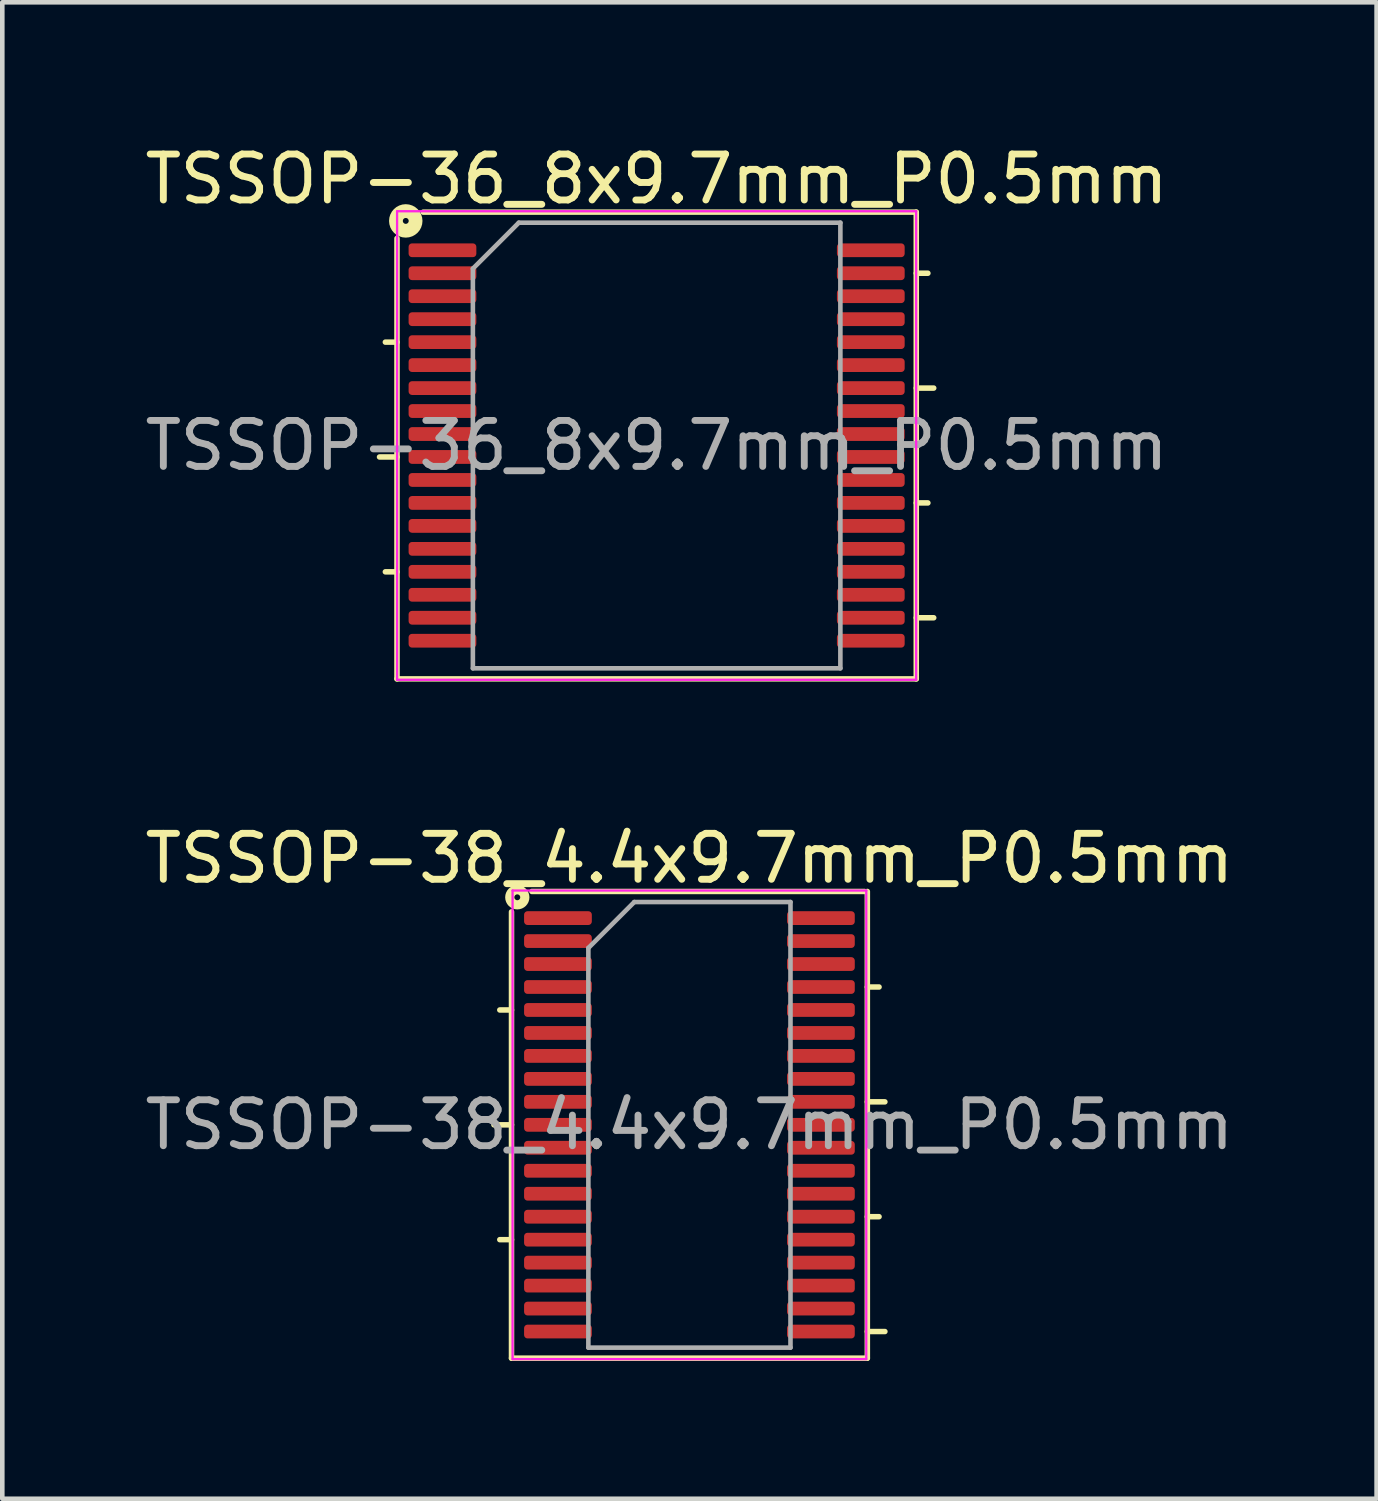
<source format=kicad_pcb>
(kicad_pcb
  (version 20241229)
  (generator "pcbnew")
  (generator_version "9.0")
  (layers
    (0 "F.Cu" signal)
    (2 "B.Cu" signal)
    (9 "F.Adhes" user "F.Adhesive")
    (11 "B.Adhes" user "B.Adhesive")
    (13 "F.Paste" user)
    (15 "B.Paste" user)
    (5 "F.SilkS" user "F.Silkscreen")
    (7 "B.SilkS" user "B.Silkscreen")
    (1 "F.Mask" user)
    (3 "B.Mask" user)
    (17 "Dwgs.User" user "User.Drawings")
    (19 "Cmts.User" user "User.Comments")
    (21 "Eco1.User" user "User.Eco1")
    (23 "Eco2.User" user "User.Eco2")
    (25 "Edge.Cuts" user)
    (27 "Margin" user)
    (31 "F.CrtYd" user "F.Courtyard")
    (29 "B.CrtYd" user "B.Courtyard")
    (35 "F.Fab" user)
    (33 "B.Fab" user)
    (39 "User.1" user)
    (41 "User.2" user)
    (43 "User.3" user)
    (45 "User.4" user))
  (footprint "TSSOP-38_4.4x9.7mm_P0.5mm"
    (layer "F.Cu")
    (at 11.958 21.436)
    (property "Reference" "TSSOP-38_4.4x9.7mm_P0.5mm" (at 0 -5.8 0) (layer "F.SilkS") (effects (font (size 1 1) (thickness 0.15))))
    (attr smd)
    (fp_line (start -3.873 -4.636) (end -3.873 5.08) (stroke (width 0.12) (type solid)) (layer "F.SilkS"))
    (fp_line (start -3.873 -2.5) (end -4.128 -2.5) (stroke (width 0.12) (type solid)) (layer "F.SilkS"))
    (fp_line (start -3.873 0) (end -4.255 0) (stroke (width 0.12) (type solid)) (layer "F.SilkS"))
    (fp_line (start -3.873 2.5) (end -4.128 2.5) (stroke (width 0.12) (type solid)) (layer "F.SilkS"))
    (fp_line (start -3.873 5.08) (end 3.873 5.08) (stroke (width 0.12) (type solid)) (layer "F.SilkS"))
    (fp_line (start 3.81 -5.08) (end -3.429 -5.08) (stroke (width 0.12) (type solid)) (layer "F.SilkS"))
    (fp_line (start 3.873 -3) (end 4.128 -3) (stroke (width 0.12) (type solid)) (layer "F.SilkS"))
    (fp_line (start 3.873 -0.5) (end 4.255 -0.5) (stroke (width 0.12) (type solid)) (layer "F.SilkS"))
    (fp_line (start 3.873 2) (end 4.128 2) (stroke (width 0.12) (type solid)) (layer "F.SilkS"))
    (fp_line (start 3.873 4.5) (end 4.255 4.5) (stroke (width 0.12) (type solid)) (layer "F.SilkS"))
    (fp_line (start 3.873 5.08) (end 3.873 -5.08) (stroke (width 0.12) (type solid)) (layer "F.SilkS"))
    (fp_circle (center -3.747 -4.953) (end -3.683 -4.953) (stroke (width 0.2) (type solid)) (fill no) (layer "F.SilkS"))
    (fp_line (start -3.85 -5.1) (end -3.85 5.1) (stroke (width 0.05) (type solid)) (layer "F.CrtYd"))
    (fp_line (start -3.85 5.1) (end 3.85 5.1) (stroke (width 0.05) (type solid)) (layer "F.CrtYd"))
    (fp_line (start 3.85 -5.1) (end -3.85 -5.1) (stroke (width 0.05) (type solid)) (layer "F.CrtYd"))
    (fp_line (start 3.85 5.1) (end 3.85 -5.1) (stroke (width 0.05) (type solid)) (layer "F.CrtYd"))
    (fp_line (start -2.2 -3.85) (end -1.2 -4.85) (stroke (width 0.1) (type solid)) (layer "F.Fab"))
    (fp_line (start -2.2 4.85) (end -2.2 -3.85) (stroke (width 0.1) (type solid)) (layer "F.Fab"))
    (fp_line (start -1.2 -4.85) (end 2.2 -4.85) (stroke (width 0.1) (type solid)) (layer "F.Fab"))
    (fp_line (start 2.2 -4.85) (end 2.2 4.85) (stroke (width 0.1) (type solid)) (layer "F.Fab"))
    (fp_line (start 2.2 4.85) (end -2.2 4.85) (stroke (width 0.1) (type solid)) (layer "F.Fab"))
    (fp_text user "${REFERENCE}" (at 0 0 0) (layer "F.Fab") (effects (font (size 1 1) (thickness 0.15))))
    (pad "1" smd roundrect (at -2.862 -4.5) (size 1.475 0.3) (layers "F.Cu" "F.Mask" "F.Paste") (roundrect_rratio 0.25))
    (pad "2" smd roundrect (at -2.862 -4) (size 1.475 0.3) (layers "F.Cu" "F.Mask" "F.Paste") (roundrect_rratio 0.25))
    (pad "3" smd roundrect (at -2.862 -3.5) (size 1.475 0.3) (layers "F.Cu" "F.Mask" "F.Paste") (roundrect_rratio 0.25))
    (pad "4" smd roundrect (at -2.862 -3) (size 1.475 0.3) (layers "F.Cu" "F.Mask" "F.Paste") (roundrect_rratio 0.25))
    (pad "5" smd roundrect (at -2.862 -2.5) (size 1.475 0.3) (layers "F.Cu" "F.Mask" "F.Paste") (roundrect_rratio 0.25))
    (pad "6" smd roundrect (at -2.862 -2) (size 1.475 0.3) (layers "F.Cu" "F.Mask" "F.Paste") (roundrect_rratio 0.25))
    (pad "7" smd roundrect (at -2.862 -1.5) (size 1.475 0.3) (layers "F.Cu" "F.Mask" "F.Paste") (roundrect_rratio 0.25))
    (pad "8" smd roundrect (at -2.862 -1) (size 1.475 0.3) (layers "F.Cu" "F.Mask" "F.Paste") (roundrect_rratio 0.25))
    (pad "9" smd roundrect (at -2.862 -0.5) (size 1.475 0.3) (layers "F.Cu" "F.Mask" "F.Paste") (roundrect_rratio 0.25))
    (pad "10" smd roundrect (at -2.862 0) (size 1.475 0.3) (layers "F.Cu" "F.Mask" "F.Paste") (roundrect_rratio 0.25))
    (pad "11" smd roundrect (at -2.862 0.5) (size 1.475 0.3) (layers "F.Cu" "F.Mask" "F.Paste") (roundrect_rratio 0.25))
    (pad "12" smd roundrect (at -2.862 1) (size 1.475 0.3) (layers "F.Cu" "F.Mask" "F.Paste") (roundrect_rratio 0.25))
    (pad "13" smd roundrect (at -2.862 1.5) (size 1.475 0.3) (layers "F.Cu" "F.Mask" "F.Paste") (roundrect_rratio 0.25))
    (pad "14" smd roundrect (at -2.862 2) (size 1.475 0.3) (layers "F.Cu" "F.Mask" "F.Paste") (roundrect_rratio 0.25))
    (pad "15" smd roundrect (at -2.862 2.5) (size 1.475 0.3) (layers "F.Cu" "F.Mask" "F.Paste") (roundrect_rratio 0.25))
    (pad "16" smd roundrect (at -2.862 3) (size 1.475 0.3) (layers "F.Cu" "F.Mask" "F.Paste") (roundrect_rratio 0.25))
    (pad "17" smd roundrect (at -2.862 3.5) (size 1.475 0.3) (layers "F.Cu" "F.Mask" "F.Paste") (roundrect_rratio 0.25))
    (pad "18" smd roundrect (at -2.862 4) (size 1.475 0.3) (layers "F.Cu" "F.Mask" "F.Paste") (roundrect_rratio 0.25))
    (pad "19" smd roundrect (at -2.862 4.5) (size 1.475 0.3) (layers "F.Cu" "F.Mask" "F.Paste") (roundrect_rratio 0.25))
    (pad "20" smd roundrect (at 2.862 4.5) (size 1.475 0.3) (layers "F.Cu" "F.Mask" "F.Paste") (roundrect_rratio 0.25))
    (pad "21" smd roundrect (at 2.862 4) (size 1.475 0.3) (layers "F.Cu" "F.Mask" "F.Paste") (roundrect_rratio 0.25))
    (pad "22" smd roundrect (at 2.862 3.5) (size 1.475 0.3) (layers "F.Cu" "F.Mask" "F.Paste") (roundrect_rratio 0.25))
    (pad "23" smd roundrect (at 2.862 3) (size 1.475 0.3) (layers "F.Cu" "F.Mask" "F.Paste") (roundrect_rratio 0.25))
    (pad "24" smd roundrect (at 2.862 2.5) (size 1.475 0.3) (layers "F.Cu" "F.Mask" "F.Paste") (roundrect_rratio 0.25))
    (pad "25" smd roundrect (at 2.862 2) (size 1.475 0.3) (layers "F.Cu" "F.Mask" "F.Paste") (roundrect_rratio 0.25))
    (pad "26" smd roundrect (at 2.862 1.5) (size 1.475 0.3) (layers "F.Cu" "F.Mask" "F.Paste") (roundrect_rratio 0.25))
    (pad "27" smd roundrect (at 2.862 1) (size 1.475 0.3) (layers "F.Cu" "F.Mask" "F.Paste") (roundrect_rratio 0.25))
    (pad "28" smd roundrect (at 2.862 0.5) (size 1.475 0.3) (layers "F.Cu" "F.Mask" "F.Paste") (roundrect_rratio 0.25))
    (pad "29" smd roundrect (at 2.862 0) (size 1.475 0.3) (layers "F.Cu" "F.Mask" "F.Paste") (roundrect_rratio 0.25))
    (pad "30" smd roundrect (at 2.862 -0.5) (size 1.475 0.3) (layers "F.Cu" "F.Mask" "F.Paste") (roundrect_rratio 0.25))
    (pad "31" smd roundrect (at 2.862 -1) (size 1.475 0.3) (layers "F.Cu" "F.Mask" "F.Paste") (roundrect_rratio 0.25))
    (pad "32" smd roundrect (at 2.862 -1.5) (size 1.475 0.3) (layers "F.Cu" "F.Mask" "F.Paste") (roundrect_rratio 0.25))
    (pad "33" smd roundrect (at 2.862 -2) (size 1.475 0.3) (layers "F.Cu" "F.Mask" "F.Paste") (roundrect_rratio 0.25))
    (pad "34" smd roundrect (at 2.862 -2.5) (size 1.475 0.3) (layers "F.Cu" "F.Mask" "F.Paste") (roundrect_rratio 0.25))
    (pad "35" smd roundrect (at 2.862 -3) (size 1.475 0.3) (layers "F.Cu" "F.Mask" "F.Paste") (roundrect_rratio 0.25))
    (pad "36" smd roundrect (at 2.862 -3.5) (size 1.475 0.3) (layers "F.Cu" "F.Mask" "F.Paste") (roundrect_rratio 0.25))
    (pad "37" smd roundrect (at 2.862 -4) (size 1.475 0.3) (layers "F.Cu" "F.Mask" "F.Paste") (roundrect_rratio 0.25))
    (pad "38" smd roundrect (at 2.862 -4.5) (size 1.475 0.3) (layers "F.Cu" "F.Mask" "F.Paste") (roundrect_rratio 0.25)))
  (footprint "TSSOP-36_8x9.7mm_P0.5mm"
    (layer "F.Cu")
    (at 11.244 6.648)
    (property "Reference" "TSSOP-36_8x9.7mm_P0.5mm" (at 0 -5.8 0) (layer "F.SilkS") (effects (font (size 1 1) (thickness 0.15))))
    (attr smd)
    (fp_line (start -5.652 -4.508) (end -5.652 5.08) (stroke (width 0.12) (type solid)) (layer "F.SilkS"))
    (fp_line (start -5.652 -2.25) (end -5.905 -2.25) (stroke (width 0.12) (type solid)) (layer "F.SilkS"))
    (fp_line (start -5.652 0.25) (end -6.032 0.25) (stroke (width 0.12) (type solid)) (layer "F.SilkS"))
    (fp_line (start -5.652 2.75) (end -5.905 2.75) (stroke (width 0.12) (type solid)) (layer "F.SilkS"))
    (fp_line (start -5.652 5.08) (end 5.652 5.08) (stroke (width 0.12) (type solid)) (layer "F.SilkS"))
    (fp_line (start 5.652 -5.08) (end -5.08 -5.08) (stroke (width 0.12) (type solid)) (layer "F.SilkS"))
    (fp_line (start 5.652 -3.75) (end 5.905 -3.75) (stroke (width 0.12) (type solid)) (layer "F.SilkS"))
    (fp_line (start 5.652 -1.25) (end 6.032 -1.25) (stroke (width 0.12) (type solid)) (layer "F.SilkS"))
    (fp_line (start 5.652 1.25) (end 5.905 1.25) (stroke (width 0.12) (type solid)) (layer "F.SilkS"))
    (fp_line (start 5.652 3.75) (end 6.032 3.75) (stroke (width 0.12) (type solid)) (layer "F.SilkS"))
    (fp_line (start 5.652 5.08) (end 5.652 -5.08) (stroke (width 0.12) (type solid)) (layer "F.SilkS"))
    (fp_circle (center -5.461 -4.889) (end -5.397 -4.889) (stroke (width 0.3) (type solid)) (fill no) (layer "F.SilkS"))
    (fp_line (start -5.65 -5.1) (end -5.65 5.1) (stroke (width 0.05) (type solid)) (layer "F.CrtYd"))
    (fp_line (start -5.65 5.1) (end 5.65 5.1) (stroke (width 0.05) (type solid)) (layer "F.CrtYd"))
    (fp_line (start 5.65 -5.1) (end -5.65 -5.1) (stroke (width 0.05) (type solid)) (layer "F.CrtYd"))
    (fp_line (start 5.65 5.1) (end 5.65 -5.1) (stroke (width 0.05) (type solid)) (layer "F.CrtYd"))
    (fp_line (start -4 -3.85) (end -3 -4.85) (stroke (width 0.1) (type solid)) (layer "F.Fab"))
    (fp_line (start -4 4.85) (end -4 -3.85) (stroke (width 0.1) (type solid)) (layer "F.Fab"))
    (fp_line (start -3 -4.85) (end 4 -4.85) (stroke (width 0.1) (type solid)) (layer "F.Fab"))
    (fp_line (start 4 -4.85) (end 4 4.85) (stroke (width 0.1) (type solid)) (layer "F.Fab"))
    (fp_line (start 4 4.85) (end -4 4.85) (stroke (width 0.1) (type solid)) (layer "F.Fab"))
    (fp_text user "${REFERENCE}" (at 0 0 0) (layer "F.Fab") (effects (font (size 1 1) (thickness 0.15))))
    (pad "1" smd roundrect (at -4.662 -4.25) (size 1.475 0.3) (layers "F.Cu" "F.Mask" "F.Paste") (roundrect_rratio 0.25))
    (pad "2" smd roundrect (at -4.662 -3.75) (size 1.475 0.3) (layers "F.Cu" "F.Mask" "F.Paste") (roundrect_rratio 0.25))
    (pad "3" smd roundrect (at -4.662 -3.25) (size 1.475 0.3) (layers "F.Cu" "F.Mask" "F.Paste") (roundrect_rratio 0.25))
    (pad "4" smd roundrect (at -4.662 -2.75) (size 1.475 0.3) (layers "F.Cu" "F.Mask" "F.Paste") (roundrect_rratio 0.25))
    (pad "5" smd roundrect (at -4.662 -2.25) (size 1.475 0.3) (layers "F.Cu" "F.Mask" "F.Paste") (roundrect_rratio 0.25))
    (pad "6" smd roundrect (at -4.662 -1.75) (size 1.475 0.3) (layers "F.Cu" "F.Mask" "F.Paste") (roundrect_rratio 0.25))
    (pad "7" smd roundrect (at -4.662 -1.25) (size 1.475 0.3) (layers "F.Cu" "F.Mask" "F.Paste") (roundrect_rratio 0.25))
    (pad "8" smd roundrect (at -4.662 -0.75) (size 1.475 0.3) (layers "F.Cu" "F.Mask" "F.Paste") (roundrect_rratio 0.25))
    (pad "9" smd roundrect (at -4.662 -0.25) (size 1.475 0.3) (layers "F.Cu" "F.Mask" "F.Paste") (roundrect_rratio 0.25))
    (pad "10" smd roundrect (at -4.662 0.25) (size 1.475 0.3) (layers "F.Cu" "F.Mask" "F.Paste") (roundrect_rratio 0.25))
    (pad "11" smd roundrect (at -4.662 0.75) (size 1.475 0.3) (layers "F.Cu" "F.Mask" "F.Paste") (roundrect_rratio 0.25))
    (pad "12" smd roundrect (at -4.662 1.25) (size 1.475 0.3) (layers "F.Cu" "F.Mask" "F.Paste") (roundrect_rratio 0.25))
    (pad "13" smd roundrect (at -4.662 1.75) (size 1.475 0.3) (layers "F.Cu" "F.Mask" "F.Paste") (roundrect_rratio 0.25))
    (pad "14" smd roundrect (at -4.662 2.25) (size 1.475 0.3) (layers "F.Cu" "F.Mask" "F.Paste") (roundrect_rratio 0.25))
    (pad "15" smd roundrect (at -4.662 2.75) (size 1.475 0.3) (layers "F.Cu" "F.Mask" "F.Paste") (roundrect_rratio 0.25))
    (pad "16" smd roundrect (at -4.662 3.25) (size 1.475 0.3) (layers "F.Cu" "F.Mask" "F.Paste") (roundrect_rratio 0.25))
    (pad "17" smd roundrect (at -4.662 3.75) (size 1.475 0.3) (layers "F.Cu" "F.Mask" "F.Paste") (roundrect_rratio 0.25))
    (pad "18" smd roundrect (at -4.662 4.25) (size 1.475 0.3) (layers "F.Cu" "F.Mask" "F.Paste") (roundrect_rratio 0.25))
    (pad "19" smd roundrect (at 4.662 4.25) (size 1.475 0.3) (layers "F.Cu" "F.Mask" "F.Paste") (roundrect_rratio 0.25))
    (pad "20" smd roundrect (at 4.662 3.75) (size 1.475 0.3) (layers "F.Cu" "F.Mask" "F.Paste") (roundrect_rratio 0.25))
    (pad "21" smd roundrect (at 4.662 3.25) (size 1.475 0.3) (layers "F.Cu" "F.Mask" "F.Paste") (roundrect_rratio 0.25))
    (pad "22" smd roundrect (at 4.662 2.75) (size 1.475 0.3) (layers "F.Cu" "F.Mask" "F.Paste") (roundrect_rratio 0.25))
    (pad "23" smd roundrect (at 4.662 2.25) (size 1.475 0.3) (layers "F.Cu" "F.Mask" "F.Paste") (roundrect_rratio 0.25))
    (pad "24" smd roundrect (at 4.662 1.75) (size 1.475 0.3) (layers "F.Cu" "F.Mask" "F.Paste") (roundrect_rratio 0.25))
    (pad "25" smd roundrect (at 4.662 1.25) (size 1.475 0.3) (layers "F.Cu" "F.Mask" "F.Paste") (roundrect_rratio 0.25))
    (pad "26" smd roundrect (at 4.662 0.75) (size 1.475 0.3) (layers "F.Cu" "F.Mask" "F.Paste") (roundrect_rratio 0.25))
    (pad "27" smd roundrect (at 4.662 0.25) (size 1.475 0.3) (layers "F.Cu" "F.Mask" "F.Paste") (roundrect_rratio 0.25))
    (pad "28" smd roundrect (at 4.662 -0.25) (size 1.475 0.3) (layers "F.Cu" "F.Mask" "F.Paste") (roundrect_rratio 0.25))
    (pad "29" smd roundrect (at 4.662 -0.75) (size 1.475 0.3) (layers "F.Cu" "F.Mask" "F.Paste") (roundrect_rratio 0.25))
    (pad "30" smd roundrect (at 4.662 -1.25) (size 1.475 0.3) (layers "F.Cu" "F.Mask" "F.Paste") (roundrect_rratio 0.25))
    (pad "31" smd roundrect (at 4.662 -1.75) (size 1.475 0.3) (layers "F.Cu" "F.Mask" "F.Paste") (roundrect_rratio 0.25))
    (pad "32" smd roundrect (at 4.662 -2.25) (size 1.475 0.3) (layers "F.Cu" "F.Mask" "F.Paste") (roundrect_rratio 0.25))
    (pad "33" smd roundrect (at 4.662 -2.75) (size 1.475 0.3) (layers "F.Cu" "F.Mask" "F.Paste") (roundrect_rratio 0.25))
    (pad "34" smd roundrect (at 4.662 -3.25) (size 1.475 0.3) (layers "F.Cu" "F.Mask" "F.Paste") (roundrect_rratio 0.25))
    (pad "35" smd roundrect (at 4.662 -3.75) (size 1.475 0.3) (layers "F.Cu" "F.Mask" "F.Paste") (roundrect_rratio 0.25))
    (pad "36" smd roundrect (at 4.662 -4.25) (size 1.475 0.3) (layers "F.Cu" "F.Mask" "F.Paste") (roundrect_rratio 0.25)))
  (gr_rect
    (start -3 -3)
    (end 26.917 29.576)
    (stroke (width 0.1) (type default))
    (fill no)
    (layer "Edge.Cuts")))
</source>
